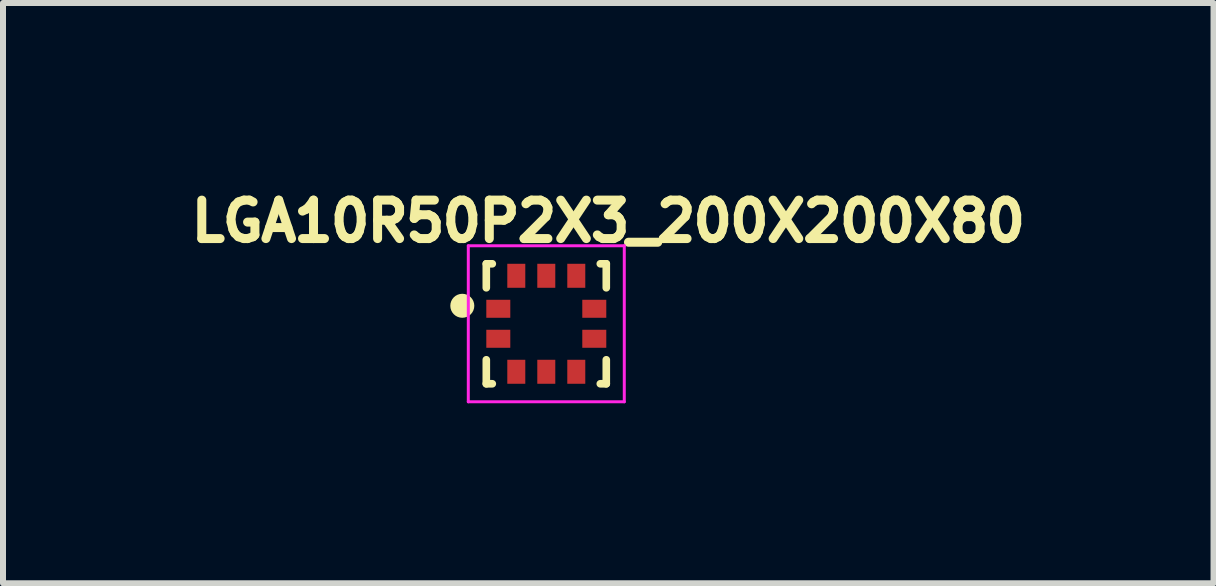
<source format=kicad_pcb>
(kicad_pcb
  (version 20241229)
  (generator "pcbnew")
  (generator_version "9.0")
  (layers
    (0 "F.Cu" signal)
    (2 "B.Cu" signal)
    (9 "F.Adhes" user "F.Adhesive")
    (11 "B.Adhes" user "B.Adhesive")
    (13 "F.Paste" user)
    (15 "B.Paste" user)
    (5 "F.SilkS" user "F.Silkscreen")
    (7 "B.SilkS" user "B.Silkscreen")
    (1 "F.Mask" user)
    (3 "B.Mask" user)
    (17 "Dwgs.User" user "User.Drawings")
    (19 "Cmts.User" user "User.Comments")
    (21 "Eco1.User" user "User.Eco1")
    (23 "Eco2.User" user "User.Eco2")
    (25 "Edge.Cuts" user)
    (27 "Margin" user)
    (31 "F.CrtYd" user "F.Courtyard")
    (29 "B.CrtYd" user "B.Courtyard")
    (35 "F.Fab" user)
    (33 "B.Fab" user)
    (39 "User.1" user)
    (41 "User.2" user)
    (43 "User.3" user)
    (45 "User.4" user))
  (footprint "LGA10R50P2X3_200X200X80"
    (layer "F.Cu")
    (at 6.056 2.347)
    (property "Reference" "LGA10R50P2X3_200X200X80" (at 1.034 -1.709 0) (layer "F.SilkS") (effects (font (size 0.641 0.641) (thickness 0.15))))
    (attr smd)
    (fp_line (start -1 -1) (end -1 -0.6) (stroke (width 0.127) (type solid)) (layer "F.SilkS"))
    (fp_line (start -1 0.6) (end -1 1) (stroke (width 0.127) (type solid)) (layer "F.SilkS"))
    (fp_line (start -0.9 -1) (end -1 -1) (stroke (width 0.127) (type solid)) (layer "F.SilkS"))
    (fp_line (start -0.9 1) (end -1 1) (stroke (width 0.127) (type solid)) (layer "F.SilkS"))
    (fp_line (start 0.9 1) (end 1 1) (stroke (width 0.127) (type solid)) (layer "F.SilkS"))
    (fp_line (start 1 -1) (end 0.9 -1) (stroke (width 0.127) (type solid)) (layer "F.SilkS"))
    (fp_line (start 1 -1) (end 1 -0.6) (stroke (width 0.127) (type solid)) (layer "F.SilkS"))
    (fp_line (start 1 1) (end 1 0.6) (stroke (width 0.127) (type solid)) (layer "F.SilkS"))
    (fp_circle (center -1.4 -0.3) (end -1.3 -0.3) (stroke (width 0.2) (type solid)) (fill no) (layer "F.SilkS"))
    (fp_line (start -1.3 -1.3) (end 1.3 -1.3) (stroke (width 0.05) (type solid)) (layer "F.CrtYd"))
    (fp_line (start -1.3 1.3) (end -1.3 -1.3) (stroke (width 0.05) (type solid)) (layer "F.CrtYd"))
    (fp_line (start 1.3 -1.3) (end 1.3 1.3) (stroke (width 0.05) (type solid)) (layer "F.CrtYd"))
    (fp_line (start 1.3 1.3) (end -1.3 1.3) (stroke (width 0.05) (type solid)) (layer "F.CrtYd"))
    (pad "1" smd rect (at -0.8 -0.25) (size 0.4 0.3) (layers "F.Cu" "F.Mask" "F.Paste"))
    (pad "2" smd rect (at -0.8 0.25) (size 0.4 0.3) (layers "F.Cu" "F.Mask" "F.Paste"))
    (pad "3" smd rect (at -0.5 0.8) (size 0.3 0.4) (layers "F.Cu" "F.Mask" "F.Paste"))
    (pad "4" smd rect (at 0 0.8) (size 0.3 0.4) (layers "F.Cu" "F.Mask" "F.Paste"))
    (pad "5" smd rect (at 0.5 0.8) (size 0.3 0.4) (layers "F.Cu" "F.Mask" "F.Paste"))
    (pad "6" smd rect (at 0.8 0.25) (size 0.4 0.3) (layers "F.Cu" "F.Mask" "F.Paste"))
    (pad "7" smd rect (at 0.8 -0.25) (size 0.4 0.3) (layers "F.Cu" "F.Mask" "F.Paste"))
    (pad "8" smd rect (at 0.5 -0.8) (size 0.3 0.4) (layers "F.Cu" "F.Mask" "F.Paste"))
    (pad "9" smd rect (at 0 -0.8) (size 0.3 0.4) (layers "F.Cu" "F.Mask" "F.Paste"))
    (pad "10" smd rect (at -0.5 -0.8) (size 0.3 0.4) (layers "F.Cu" "F.Mask" "F.Paste")))
  (gr_rect
    (start -3 -3)
    (end 17.178 6.672)
    (stroke (width 0.1) (type default))
    (fill no)
    (layer "Edge.Cuts")))
</source>
